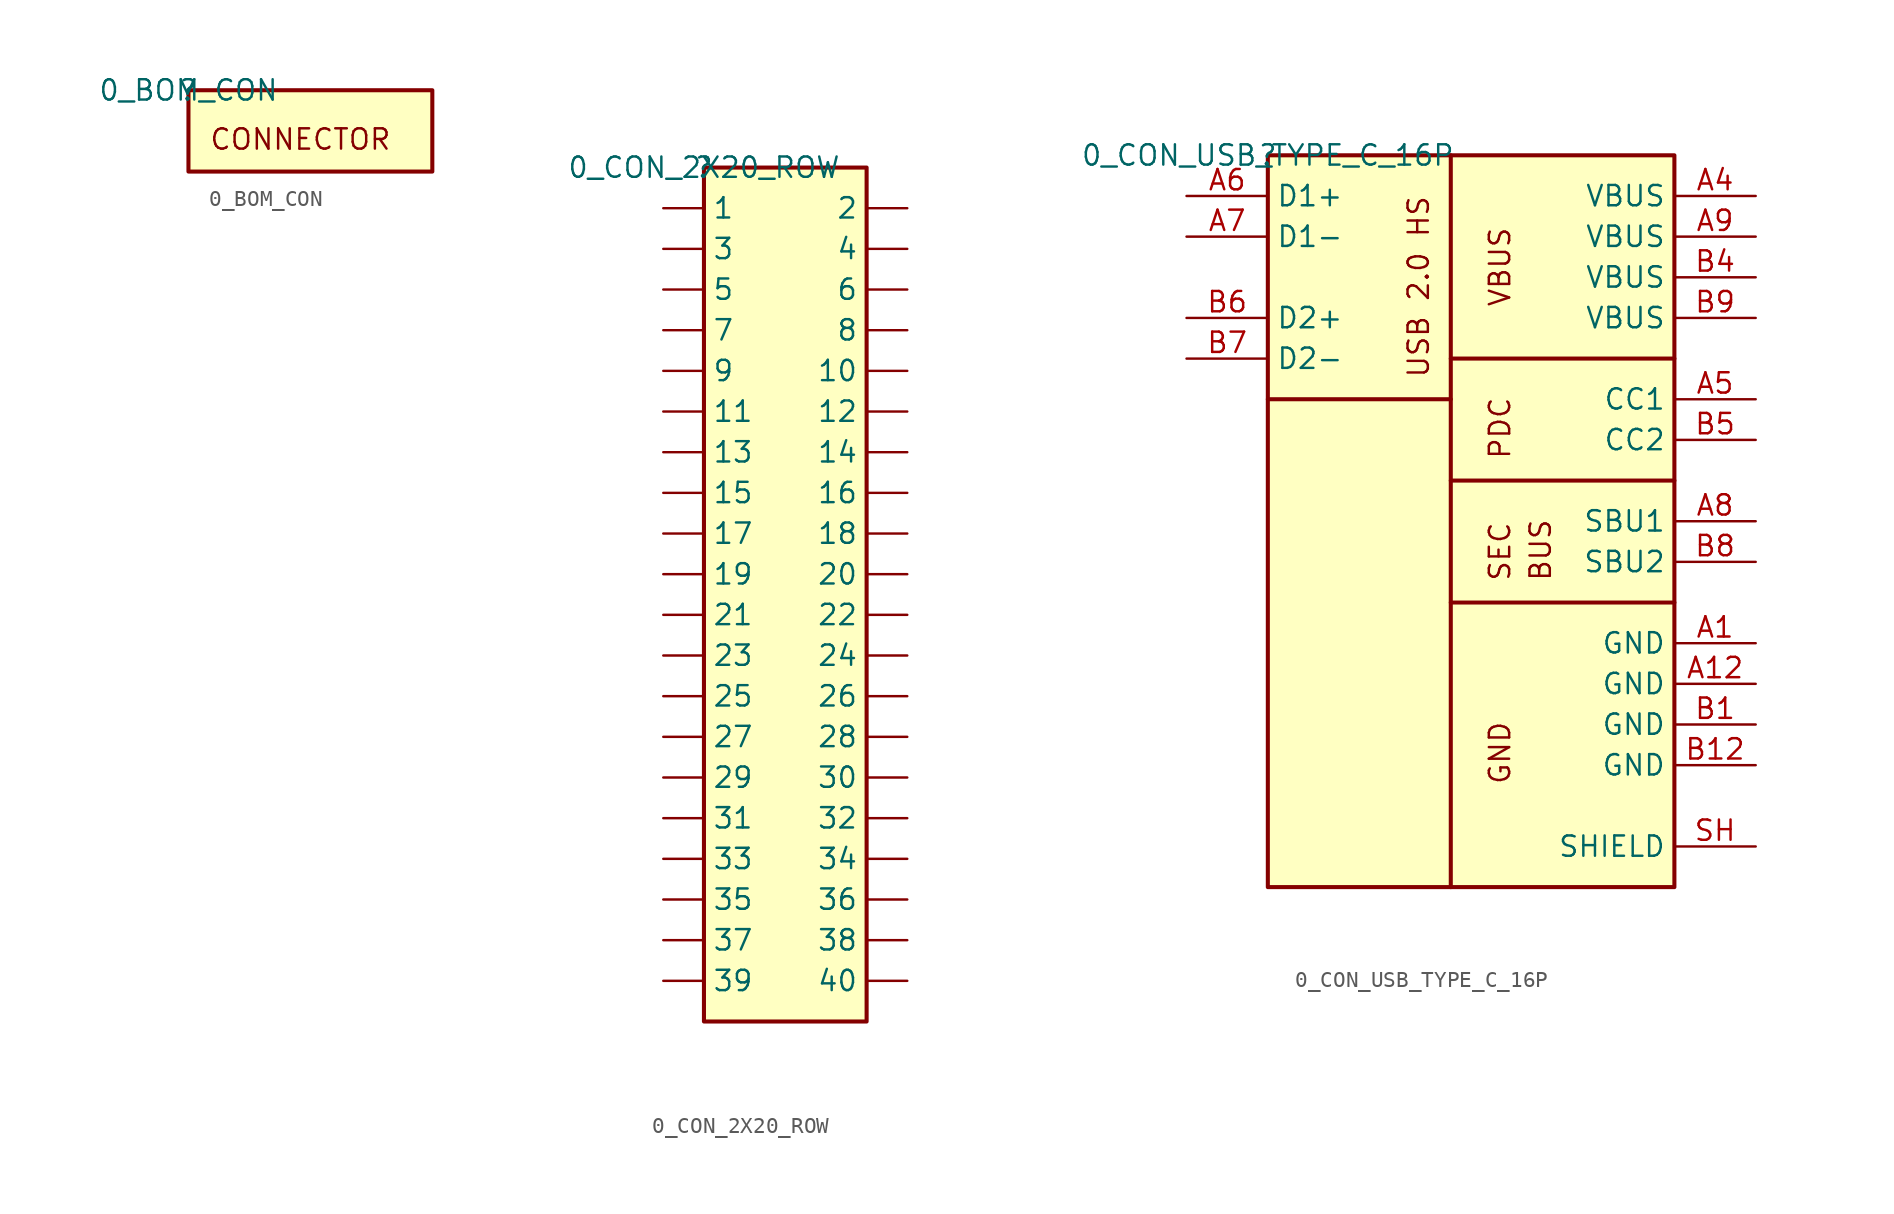
<source format=kicad_sym>
(kicad_symbol_lib
  (version 20211014)
  (generator kicad_symbol_editor)
  (symbol "0_BOM_CON"
    (property "Reference" ""
      (at 0 0 0)
      (effects (font (size 1.27 1.27))))
    (property "Value" "0_BOM_CON"
      (at 0 0 0)
      (effects (font (size 1.27 1.27))))
    (symbol "0_BOM_CON_1_0"
      (rectangle (start 15.24 0) (end 0 -5.08) (stroke (width 0.254) (type default) (color 0 0 0 0)) (fill (type background)))
      (text "CONNECTOR" (at 1.27 -3.81 0) (effects (font (size 1.27 1.27)) (justify left bottom)))))
  (symbol "0_CON_2X20_ROW"
    (property "Reference" ""
      (at 0 0 0)
      (effects (font (size 1.27 1.27))))
    (property "Value" "0_CON_2X20_ROW"
      (at 0 0 0)
      (effects (font (size 1.27 1.27))))
    (symbol "0_CON_2X20_ROW_1_0"
      (rectangle (start 10.16 0) (end 0 -53.34) (stroke (width 0.254) (type default) (color 0 0 0 0)) (fill (type background)))
      (pin passive line (at -2.54 -2.54 0) (length 2.54) (name "1" (effects (font (size 1.27 1.27)))) (number "1" (effects (font (size 0 0)))))
      (pin passive line (at 12.7 -12.7 180) (length 2.54) (name "10" (effects (font (size 1.27 1.27)))) (number "10" (effects (font (size 0 0)))))
      (pin passive line (at -2.54 -15.24 0) (length 2.54) (name "11" (effects (font (size 1.27 1.27)))) (number "11" (effects (font (size 0 0)))))
      (pin passive line (at 12.7 -15.24 180) (length 2.54) (name "12" (effects (font (size 1.27 1.27)))) (number "12" (effects (font (size 0 0)))))
      (pin passive line (at -2.54 -17.78 0) (length 2.54) (name "13" (effects (font (size 1.27 1.27)))) (number "13" (effects (font (size 0 0)))))
      (pin passive line (at 12.7 -17.78 180) (length 2.54) (name "14" (effects (font (size 1.27 1.27)))) (number "14" (effects (font (size 0 0)))))
      (pin passive line (at -2.54 -20.32 0) (length 2.54) (name "15" (effects (font (size 1.27 1.27)))) (number "15" (effects (font (size 0 0)))))
      (pin passive line (at 12.7 -20.32 180) (length 2.54) (name "16" (effects (font (size 1.27 1.27)))) (number "16" (effects (font (size 0 0)))))
      (pin passive line (at -2.54 -22.86 0) (length 2.54) (name "17" (effects (font (size 1.27 1.27)))) (number "17" (effects (font (size 0 0)))))
      (pin passive line (at 12.7 -22.86 180) (length 2.54) (name "18" (effects (font (size 1.27 1.27)))) (number "18" (effects (font (size 0 0)))))
      (pin passive line (at -2.54 -25.4 0) (length 2.54) (name "19" (effects (font (size 1.27 1.27)))) (number "19" (effects (font (size 0 0)))))
      (pin passive line (at 12.7 -2.54 180) (length 2.54) (name "2" (effects (font (size 1.27 1.27)))) (number "2" (effects (font (size 0 0)))))
      (pin passive line (at 12.7 -25.4 180) (length 2.54) (name "20" (effects (font (size 1.27 1.27)))) (number "20" (effects (font (size 0 0)))))
      (pin passive line (at -2.54 -27.94 0) (length 2.54) (name "21" (effects (font (size 1.27 1.27)))) (number "21" (effects (font (size 0 0)))))
      (pin passive line (at 12.7 -27.94 180) (length 2.54) (name "22" (effects (font (size 1.27 1.27)))) (number "22" (effects (font (size 0 0)))))
      (pin passive line (at -2.54 -30.48 0) (length 2.54) (name "23" (effects (font (size 1.27 1.27)))) (number "23" (effects (font (size 0 0)))))
      (pin passive line (at 12.7 -30.48 180) (length 2.54) (name "24" (effects (font (size 1.27 1.27)))) (number "24" (effects (font (size 0 0)))))
      (pin passive line (at -2.54 -33.02 0) (length 2.54) (name "25" (effects (font (size 1.27 1.27)))) (number "25" (effects (font (size 0 0)))))
      (pin passive line (at 12.7 -33.02 180) (length 2.54) (name "26" (effects (font (size 1.27 1.27)))) (number "26" (effects (font (size 0 0)))))
      (pin passive line (at -2.54 -35.56 0) (length 2.54) (name "27" (effects (font (size 1.27 1.27)))) (number "27" (effects (font (size 0 0)))))
      (pin passive line (at 12.7 -35.56 180) (length 2.54) (name "28" (effects (font (size 1.27 1.27)))) (number "28" (effects (font (size 0 0)))))
      (pin passive line (at -2.54 -38.1 0) (length 2.54) (name "29" (effects (font (size 1.27 1.27)))) (number "29" (effects (font (size 0 0)))))
      (pin passive line (at -2.54 -5.08 0) (length 2.54) (name "3" (effects (font (size 1.27 1.27)))) (number "3" (effects (font (size 0 0)))))
      (pin passive line (at 12.7 -38.1 180) (length 2.54) (name "30" (effects (font (size 1.27 1.27)))) (number "30" (effects (font (size 0 0)))))
      (pin passive line (at -2.54 -40.64 0) (length 2.54) (name "31" (effects (font (size 1.27 1.27)))) (number "31" (effects (font (size 0 0)))))
      (pin passive line (at 12.7 -40.64 180) (length 2.54) (name "32" (effects (font (size 1.27 1.27)))) (number "32" (effects (font (size 0 0)))))
      (pin passive line (at -2.54 -43.18 0) (length 2.54) (name "33" (effects (font (size 1.27 1.27)))) (number "33" (effects (font (size 0 0)))))
      (pin passive line (at 12.7 -43.18 180) (length 2.54) (name "34" (effects (font (size 1.27 1.27)))) (number "34" (effects (font (size 0 0)))))
      (pin passive line (at -2.54 -45.72 0) (length 2.54) (name "35" (effects (font (size 1.27 1.27)))) (number "35" (effects (font (size 0 0)))))
      (pin passive line (at 12.7 -45.72 180) (length 2.54) (name "36" (effects (font (size 1.27 1.27)))) (number "36" (effects (font (size 0 0)))))
      (pin passive line (at -2.54 -48.26 0) (length 2.54) (name "37" (effects (font (size 1.27 1.27)))) (number "37" (effects (font (size 0 0)))))
      (pin passive line (at 12.7 -48.26 180) (length 2.54) (name "38" (effects (font (size 1.27 1.27)))) (number "38" (effects (font (size 0 0)))))
      (pin passive line (at -2.54 -50.8 0) (length 2.54) (name "39" (effects (font (size 1.27 1.27)))) (number "39" (effects (font (size 0 0)))))
      (pin passive line (at 12.7 -5.08 180) (length 2.54) (name "4" (effects (font (size 1.27 1.27)))) (number "4" (effects (font (size 0 0)))))
      (pin passive line (at 12.7 -50.8 180) (length 2.54) (name "40" (effects (font (size 1.27 1.27)))) (number "40" (effects (font (size 0 0)))))
      (pin passive line (at -2.54 -7.62 0) (length 2.54) (name "5" (effects (font (size 1.27 1.27)))) (number "5" (effects (font (size 0 0)))))
      (pin passive line (at 12.7 -7.62 180) (length 2.54) (name "6" (effects (font (size 1.27 1.27)))) (number "6" (effects (font (size 0 0)))))
      (pin passive line (at -2.54 -10.16 0) (length 2.54) (name "7" (effects (font (size 1.27 1.27)))) (number "7" (effects (font (size 0 0)))))
      (pin passive line (at 12.7 -10.16 180) (length 2.54) (name "8" (effects (font (size 1.27 1.27)))) (number "8" (effects (font (size 0 0)))))
      (pin passive line (at -2.54 -12.7 0) (length 2.54) (name "9" (effects (font (size 1.27 1.27)))) (number "9" (effects (font (size 0 0)))))))
  (symbol "0_CON_USB_TYPE_C_16P"
    (property "Reference" ""
      (at 0 0 0)
      (effects (font (size 1.27 1.27))))
    (property "Value" "0_CON_USB_TYPE_C_16P"
      (at 0 0 0)
      (effects (font (size 1.27 1.27))))
    (symbol "0_CON_USB_TYPE_C_16P_1_0"
      (polyline (pts (xy 0 -15.24) (xy 11.43 -15.24)) (stroke (width 0.254) (type default) (color 0 0 0 0)) (fill (type none)))
      (polyline (pts (xy 11.43 -45.72) (xy 11.43 0)) (stroke (width 0.254) (type default) (color 0 0 0 0)) (fill (type none)))
      (polyline (pts (xy 11.43 -27.94) (xy 25.4 -27.94)) (stroke (width 0.254) (type default) (color 0 0 0 0)) (fill (type none)))
      (polyline (pts (xy 11.43 -20.32) (xy 25.4 -20.32)) (stroke (width 0.254) (type default) (color 0 0 0 0)) (fill (type none)))
      (polyline (pts (xy 11.43 -12.7) (xy 25.4 -12.7)) (stroke (width 0.254) (type default) (color 0 0 0 0)) (fill (type none)))
      (rectangle (start 25.4 0) (end 0 -45.72) (stroke (width 0.254) (type default) (color 0 0 0 0)) (fill (type background)))
      (text "BUS" (at 17.78 -26.67 900) (effects (font (size 1.27 1.27)) (justify left bottom)))
      (text "GND" (at 15.24 -39.37 900) (effects (font (size 1.27 1.27)) (justify left bottom)))
      (text "PDC" (at 15.24 -19.05 900) (effects (font (size 1.27 1.27)) (justify left bottom)))
      (text "SEC" (at 15.24 -26.67 900) (effects (font (size 1.27 1.27)) (justify left bottom)))
      (text "USB 2.0 HS" (at 10.16 -13.97 900) (effects (font (size 1.27 1.27)) (justify left bottom)))
      (text "VBUS" (at 15.24 -9.525 900) (effects (font (size 1.27 1.27)) (justify left bottom)))
      (pin passive line (at 30.48 -30.48 180) (length 5.08) (name "GND" (effects (font (size 1.27 1.27)))) (number "A1" (effects (font (size 1.27 1.27)))))
      (pin passive line (at 30.48 -33.02 180) (length 5.08) (name "GND" (effects (font (size 1.27 1.27)))) (number "A12" (effects (font (size 1.27 1.27)))))
      (pin passive line (at 30.48 -2.54 180) (length 5.08) (name "VBUS" (effects (font (size 1.27 1.27)))) (number "A4" (effects (font (size 1.27 1.27)))))
      (pin passive line (at 30.48 -15.24 180) (length 5.08) (name "CC1" (effects (font (size 1.27 1.27)))) (number "A5" (effects (font (size 1.27 1.27)))))
      (pin passive line (at -5.08 -2.54 0) (length 5.08) (name "D1+" (effects (font (size 1.27 1.27)))) (number "A6" (effects (font (size 1.27 1.27)))))
      (pin passive line (at -5.08 -5.08 0) (length 5.08) (name "D1-" (effects (font (size 1.27 1.27)))) (number "A7" (effects (font (size 1.27 1.27)))))
      (pin passive line (at 30.48 -22.86 180) (length 5.08) (name "SBU1" (effects (font (size 1.27 1.27)))) (number "A8" (effects (font (size 1.27 1.27)))))
      (pin passive line (at 30.48 -5.08 180) (length 5.08) (name "VBUS" (effects (font (size 1.27 1.27)))) (number "A9" (effects (font (size 1.27 1.27)))))
      (pin passive line (at 30.48 -35.56 180) (length 5.08) (name "GND" (effects (font (size 1.27 1.27)))) (number "B1" (effects (font (size 1.27 1.27)))))
      (pin passive line (at 30.48 -38.1 180) (length 5.08) (name "GND" (effects (font (size 1.27 1.27)))) (number "B12" (effects (font (size 1.27 1.27)))))
      (pin passive line (at 30.48 -7.62 180) (length 5.08) (name "VBUS" (effects (font (size 1.27 1.27)))) (number "B4" (effects (font (size 1.27 1.27)))))
      (pin passive line (at 30.48 -17.78 180) (length 5.08) (name "CC2" (effects (font (size 1.27 1.27)))) (number "B5" (effects (font (size 1.27 1.27)))))
      (pin passive line (at -5.08 -10.16 0) (length 5.08) (name "D2+" (effects (font (size 1.27 1.27)))) (number "B6" (effects (font (size 1.27 1.27)))))
      (pin passive line (at -5.08 -12.7 0) (length 5.08) (name "D2-" (effects (font (size 1.27 1.27)))) (number "B7" (effects (font (size 1.27 1.27)))))
      (pin passive line (at 30.48 -25.4 180) (length 5.08) (name "SBU2" (effects (font (size 1.27 1.27)))) (number "B8" (effects (font (size 1.27 1.27)))))
      (pin passive line (at 30.48 -10.16 180) (length 5.08) (name "VBUS" (effects (font (size 1.27 1.27)))) (number "B9" (effects (font (size 1.27 1.27)))))
      (pin passive line (at 30.48 -43.18 180) (length 5.08) (name "SHIELD" (effects (font (size 1.27 1.27)))) (number "SH" (effects (font (size 1.27 1.27))))))))
</source>
